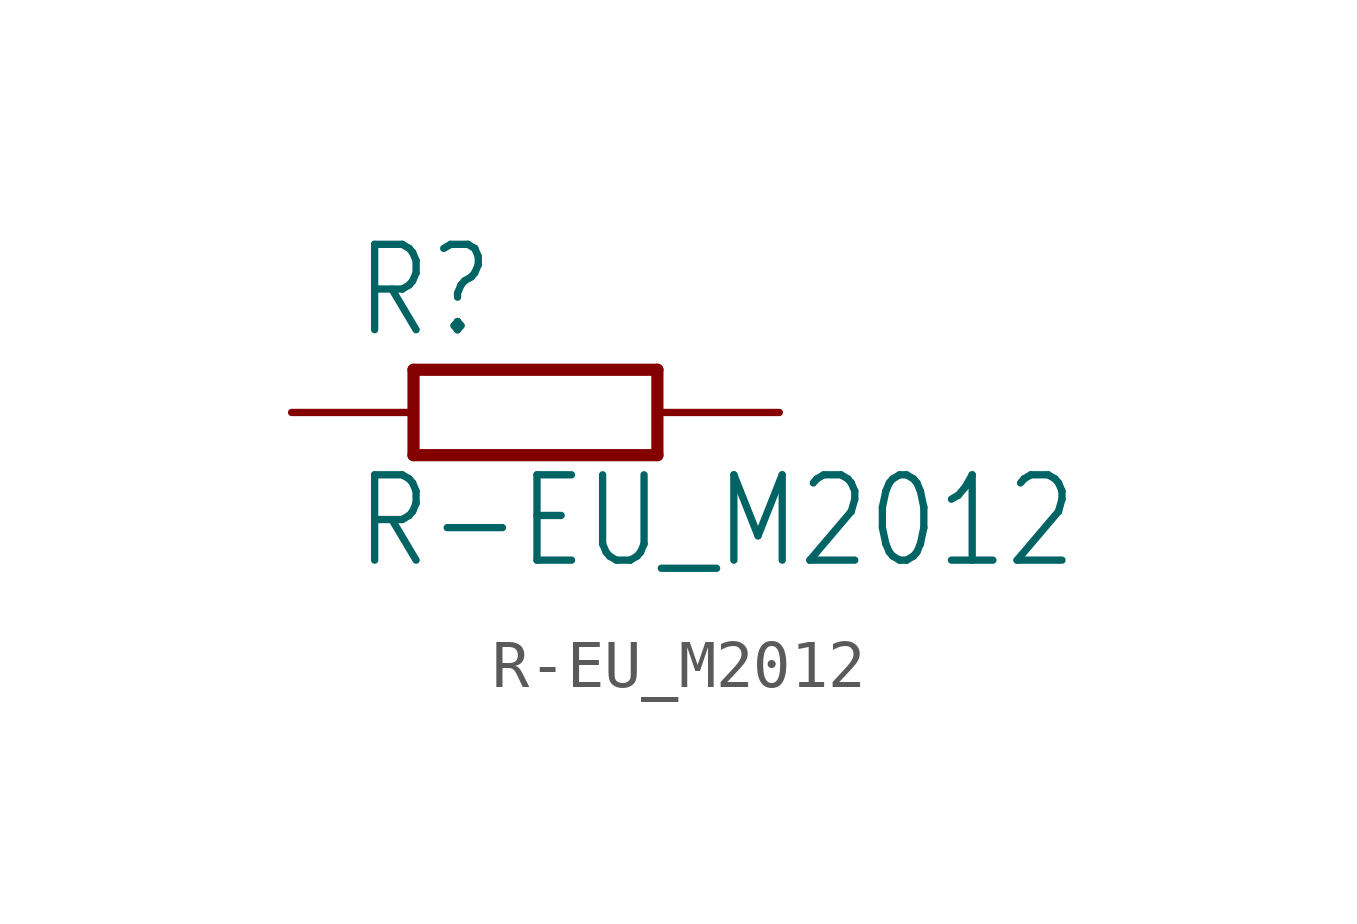
<source format=kicad_sym>
(kicad_symbol_lib
  (version 20220331)
  (generator kicad_symbol_editor)
  (symbol "R-EU_M2012"
    (property "Reference" "R"
      (at -3.81 1.499 0)
      (effects (font (size 1.778 1.511)) (justify left bottom)))
    (property "Value" "R-EU_M2012"
      (at -3.81 -3.302 0)
      (effects (font (size 1.778 1.511)) (justify left bottom)))
    (property "ki_locked" ""
      (at 0 0 0)
      (effects (font (size 1.27 1.27))))
    (symbol "R-EU_M2012_1_0"
      (polyline (pts (xy -2.54 -0.889) (xy -2.54 0.889)) (stroke (width 0.254) (type solid)) (fill (type none)))
      (polyline (pts (xy -2.54 -0.889) (xy 2.54 -0.889)) (stroke (width 0.254) (type solid)) (fill (type none)))
      (polyline (pts (xy 2.54 -0.889) (xy 2.54 0.889)) (stroke (width 0.254) (type solid)) (fill (type none)))
      (polyline (pts (xy 2.54 0.889) (xy -2.54 0.889)) (stroke (width 0.254) (type solid)) (fill (type none)))
      (pin passive line (at -5.08 0 0) (length 2.54) (name "1" (effects (font (size 0 0)))) (number "1" (effects (font (size 0 0)))))
      (pin passive line (at 5.08 0 180) (length 2.54) (name "2" (effects (font (size 0 0)))) (number "2" (effects (font (size 0 0))))))))
</source>
